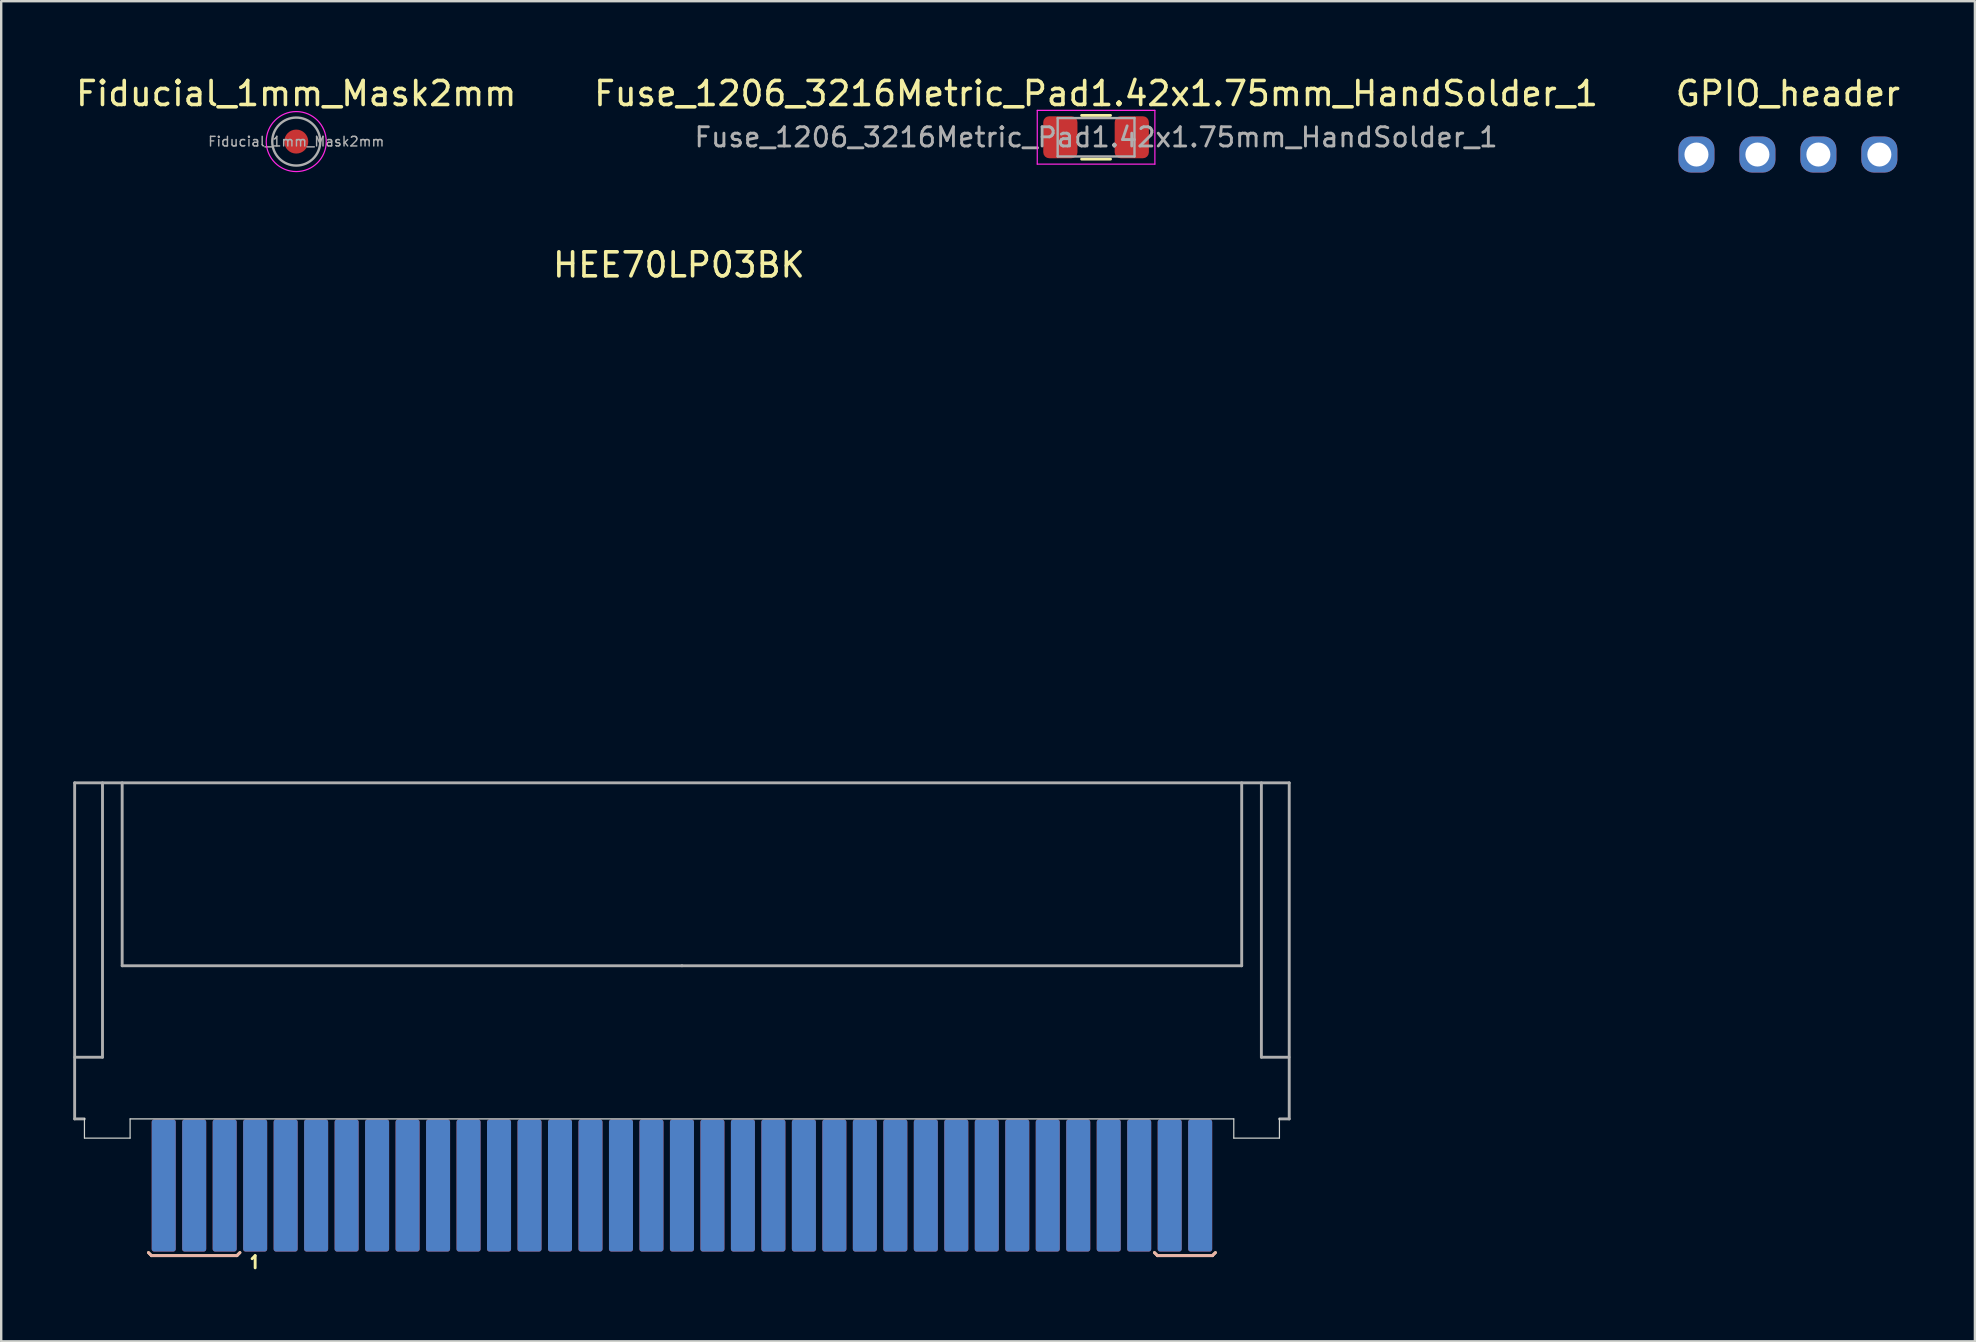
<source format=kicad_pcb>
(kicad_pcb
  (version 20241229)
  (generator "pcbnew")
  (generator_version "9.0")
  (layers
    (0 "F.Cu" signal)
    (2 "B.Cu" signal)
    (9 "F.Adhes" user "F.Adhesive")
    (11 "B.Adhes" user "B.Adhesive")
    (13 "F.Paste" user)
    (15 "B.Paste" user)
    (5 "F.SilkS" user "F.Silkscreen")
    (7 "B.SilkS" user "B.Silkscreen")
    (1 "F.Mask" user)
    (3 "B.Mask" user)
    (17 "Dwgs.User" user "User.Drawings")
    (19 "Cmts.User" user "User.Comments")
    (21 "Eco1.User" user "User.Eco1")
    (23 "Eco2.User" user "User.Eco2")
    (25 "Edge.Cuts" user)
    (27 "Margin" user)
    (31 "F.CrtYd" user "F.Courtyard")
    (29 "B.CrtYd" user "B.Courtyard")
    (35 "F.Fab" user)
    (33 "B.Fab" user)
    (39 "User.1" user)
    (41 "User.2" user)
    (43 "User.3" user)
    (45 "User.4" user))
  (footprint "HEE70LP03BK"
    (layer "F.Cu")
    (at 25.36 47.864)
    (property "Reference" "HEE70LP03BK" (at -0.127 -39.878 0) (unlocked yes) (layer "F.SilkS") (effects (font (size 1 1) (thickness 0.15))))
    (attr smd)
    (fp_line (start -22.098 1.397) (end -22.225 1.27) (stroke (width 0.12) (type default)) (layer "F.SilkS"))
    (fp_line (start -22.098 1.397) (end -18.542 1.397) (stroke (width 0.12) (type default)) (layer "F.SilkS"))
    (fp_line (start -18.542 1.397) (end -18.415 1.27) (stroke (width 0.12) (type default)) (layer "F.SilkS"))
    (fp_line (start -17.78 1.397) (end -17.907 1.524) (stroke (width 0.12) (type default)) (layer "F.SilkS"))
    (fp_line (start -17.78 1.905) (end -17.78 1.397) (stroke (width 0.12) (type default)) (layer "F.SilkS"))
    (fp_line (start 19.812 1.397) (end 19.685 1.27) (stroke (width 0.12) (type default)) (layer "F.SilkS"))
    (fp_line (start 19.812 1.397) (end 22.098 1.397) (stroke (width 0.12) (type default)) (layer "F.SilkS"))
    (fp_line (start 22.098 1.397) (end 22.225 1.27) (stroke (width 0.12) (type default)) (layer "F.SilkS"))
    (fp_line (start -22.098 1.397) (end -22.225 1.27) (stroke (width 0.12) (type default)) (layer "B.SilkS"))
    (fp_line (start -22.098 1.397) (end -18.542 1.397) (stroke (width 0.12) (type default)) (layer "B.SilkS"))
    (fp_line (start -18.542 1.397) (end -18.415 1.27) (stroke (width 0.12) (type default)) (layer "B.SilkS"))
    (fp_line (start 19.812 1.397) (end 19.685 1.27) (stroke (width 0.12) (type default)) (layer "B.SilkS"))
    (fp_line (start 19.812 1.397) (end 22.098 1.397) (stroke (width 0.12) (type default)) (layer "B.SilkS"))
    (fp_line (start 22.098 1.397) (end 22.225 1.27) (stroke (width 0.12) (type default)) (layer "B.SilkS"))
    (fp_line (start -24.892 -4.318) (end -24.892 -3.5) (stroke (width 0.05) (type default)) (layer "Edge.Cuts"))
    (fp_line (start -24.89 -3.5) (end -22.99 -3.5) (stroke (width 0.05) (type default)) (layer "Edge.Cuts"))
    (fp_line (start -22.99 -4.3) (end 22.99 -4.3) (stroke (width 0.05) (type default)) (layer "Edge.Cuts"))
    (fp_line (start -22.99 -3.5) (end -22.99 -4.3) (stroke (width 0.05) (type default)) (layer "Edge.Cuts"))
    (fp_line (start 22.99 -3.5) (end 22.99 -4.3) (stroke (width 0.05) (type default)) (layer "Edge.Cuts"))
    (fp_line (start 24.89 -3.5) (end 22.99 -3.5) (stroke (width 0.05) (type default)) (layer "Edge.Cuts"))
    (fp_line (start 24.892 -4.318) (end 24.892 -3.5) (stroke (width 0.05) (type default)) (layer "Edge.Cuts"))
    (fp_line (start -22.99 -4.3) (end 22.99 -4.3) (stroke (width 0.12) (type default)) (layer "Margin"))
    (fp_line (start -25.3 -18.3) (end -25.3 -4.3) (stroke (width 0.12) (type default)) (layer "F.Fab"))
    (fp_line (start -25.3 -4.3) (end -24.9 -4.3) (stroke (width 0.12) (type default)) (layer "F.Fab"))
    (fp_line (start -24.14 -18.3) (end -24.14 -6.87) (stroke (width 0.12) (type default)) (layer "F.Fab"))
    (fp_line (start -24.14 -6.87) (end -25.29 -6.87) (stroke (width 0.12) (type default)) (layer "F.Fab"))
    (fp_line (start -23.32 -18.3) (end -23.32 -10.68) (stroke (width 0.12) (type default)) (layer "F.Fab"))
    (fp_line (start -23.32 -10.68) (end 0 -10.68) (stroke (width 0.12) (type default)) (layer "F.Fab"))
    (fp_line (start 0 -10.68) (end 23.32 -10.68) (stroke (width 0.12) (type default)) (layer "F.Fab"))
    (fp_line (start 23.32 -10.68) (end 23.32 -18.3) (stroke (width 0.12) (type default)) (layer "F.Fab"))
    (fp_line (start 24.14 -18.3) (end 24.14 -6.87) (stroke (width 0.12) (type default)) (layer "F.Fab"))
    (fp_line (start 24.14 -6.87) (end 25.29 -6.87) (stroke (width 0.12) (type default)) (layer "F.Fab"))
    (fp_line (start 24.9 -4.3) (end 25.3 -4.3) (stroke (width 0.12) (type default)) (layer "F.Fab"))
    (fp_line (start 25.3 -18.3) (end -25.3 -18.3) (stroke (width 0.12) (type default)) (layer "F.Fab"))
    (fp_line (start 25.3 -4.3) (end 25.3 -18.3) (stroke (width 0.12) (type default)) (layer "F.Fab"))
    (pad "1" smd roundrect (at -17.78 -1.524) (size 1 5.5) (layers "F.Cu" "F.Mask" "F.Paste") (roundrect_rratio 0.1))
    (pad "2" smd roundrect (at -16.51 -1.524) (size 1 5.5) (layers "F.Cu" "F.Mask" "F.Paste") (roundrect_rratio 0.1))
    (pad "3" smd roundrect (at -15.24 -1.524) (size 1 5.5) (layers "F.Cu" "F.Mask" "F.Paste") (roundrect_rratio 0.1))
    (pad "4" smd roundrect (at -13.97 -1.524) (size 1 5.5) (layers "F.Cu" "F.Mask" "F.Paste") (roundrect_rratio 0.1))
    (pad "5" smd roundrect (at -12.7 -1.524) (size 1 5.5) (layers "F.Cu" "F.Mask" "F.Paste") (roundrect_rratio 0.1))
    (pad "6" smd roundrect (at -11.43 -1.524) (size 1 5.5) (layers "F.Cu" "F.Mask" "F.Paste") (roundrect_rratio 0.1))
    (pad "7" smd roundrect (at -10.16 -1.524) (size 1 5.5) (layers "F.Cu" "F.Mask" "F.Paste") (roundrect_rratio 0.1))
    (pad "8" smd roundrect (at -8.89 -1.524) (size 1 5.5) (layers "F.Cu" "F.Mask" "F.Paste") (roundrect_rratio 0.1))
    (pad "9" smd roundrect (at -7.62 -1.524) (size 1 5.5) (layers "F.Cu" "F.Mask" "F.Paste") (roundrect_rratio 0.1))
    (pad "10" smd roundrect (at -6.35 -1.524) (size 1 5.5) (layers "F.Cu" "F.Mask" "F.Paste") (roundrect_rratio 0.1))
    (pad "11" smd roundrect (at -5.08 -1.524) (size 1 5.5) (layers "F.Cu" "F.Mask" "F.Paste") (roundrect_rratio 0.1))
    (pad "12" smd roundrect (at -3.81 -1.524) (size 1 5.5) (layers "F.Cu" "F.Mask" "F.Paste") (roundrect_rratio 0.1))
    (pad "13" smd roundrect (at -2.54 -1.524) (size 1 5.5) (layers "F.Cu" "F.Mask" "F.Paste") (roundrect_rratio 0.1))
    (pad "14" smd roundrect (at -1.27 -1.524) (size 1 5.5) (layers "F.Cu" "F.Mask" "F.Paste") (roundrect_rratio 0.1))
    (pad "15" smd roundrect (at 0 -1.524) (size 1 5.5) (layers "F.Cu" "F.Mask" "F.Paste") (roundrect_rratio 0.1))
    (pad "16" smd roundrect (at 1.27 -1.524) (size 1 5.5) (layers "F.Cu" "F.Mask" "F.Paste") (roundrect_rratio 0.1))
    (pad "17" smd roundrect (at 2.54 -1.524) (size 1 5.5) (layers "F.Cu" "F.Mask" "F.Paste") (roundrect_rratio 0.1))
    (pad "18" smd roundrect (at 3.81 -1.524) (size 1 5.5) (layers "F.Cu" "F.Mask" "F.Paste") (roundrect_rratio 0.1))
    (pad "19" smd roundrect (at 5.08 -1.524) (size 1 5.5) (layers "F.Cu" "F.Mask" "F.Paste") (roundrect_rratio 0.1))
    (pad "20" smd roundrect (at 6.35 -1.524) (size 1 5.5) (layers "F.Cu" "F.Mask" "F.Paste") (roundrect_rratio 0.1))
    (pad "21" smd roundrect (at 7.62 -1.524) (size 1 5.5) (layers "F.Cu" "F.Mask" "F.Paste") (roundrect_rratio 0.1))
    (pad "22" smd roundrect (at 8.89 -1.524) (size 1 5.5) (layers "F.Cu" "F.Mask" "F.Paste") (roundrect_rratio 0.1))
    (pad "23" smd roundrect (at 10.16 -1.524) (size 1 5.5) (layers "F.Cu" "F.Mask" "F.Paste") (roundrect_rratio 0.1))
    (pad "24" smd roundrect (at 11.43 -1.524) (size 1 5.5) (layers "F.Cu" "F.Mask" "F.Paste") (roundrect_rratio 0.1))
    (pad "25" smd roundrect (at 12.7 -1.524) (size 1 5.5) (layers "F.Cu" "F.Mask" "F.Paste") (roundrect_rratio 0.1))
    (pad "26" smd roundrect (at 13.97 -1.524) (size 1 5.5) (layers "F.Cu" "F.Mask" "F.Paste") (roundrect_rratio 0.1))
    (pad "27" smd roundrect (at 15.24 -1.524) (size 1 5.5) (layers "F.Cu" "F.Mask" "F.Paste") (roundrect_rratio 0.1))
    (pad "28" smd roundrect (at 16.51 -1.524) (size 1 5.5) (layers "F.Cu" "F.Mask" "F.Paste") (roundrect_rratio 0.1))
    (pad "29" smd roundrect (at 17.78 -1.524) (size 1 5.5) (layers "F.Cu" "F.Mask" "F.Paste") (roundrect_rratio 0.1))
    (pad "30" smd roundrect (at 19.05 -1.524) (size 1 5.5) (layers "F.Cu" "F.Mask" "F.Paste") (roundrect_rratio 0.1))
    (pad "31" smd roundrect (at -17.78 -1.524) (size 1 5.5) (layers "B.Cu" "B.Mask" "B.Paste") (roundrect_rratio 0.1))
    (pad "32" smd roundrect (at -16.51 -1.524) (size 1 5.5) (layers "B.Cu" "B.Mask" "B.Paste") (roundrect_rratio 0.1))
    (pad "33" smd roundrect (at -15.24 -1.524) (size 1 5.5) (layers "B.Cu" "B.Mask" "B.Paste") (roundrect_rratio 0.1))
    (pad "34" smd roundrect (at -13.97 -1.524) (size 1 5.5) (layers "B.Cu" "B.Mask" "B.Paste") (roundrect_rratio 0.1))
    (pad "35" smd roundrect (at -12.7 -1.524) (size 1 5.5) (layers "B.Cu" "B.Mask" "B.Paste") (roundrect_rratio 0.1))
    (pad "36" smd roundrect (at -11.43 -1.524) (size 1 5.5) (layers "B.Cu" "B.Mask" "B.Paste") (roundrect_rratio 0.1))
    (pad "37" smd roundrect (at -10.16 -1.524) (size 1 5.5) (layers "B.Cu" "B.Mask" "B.Paste") (roundrect_rratio 0.1))
    (pad "38" smd roundrect (at -8.89 -1.524) (size 1 5.5) (layers "B.Cu" "B.Mask" "B.Paste") (roundrect_rratio 0.1))
    (pad "39" smd roundrect (at -7.62 -1.524) (size 1 5.5) (layers "B.Cu" "B.Mask" "B.Paste") (roundrect_rratio 0.1))
    (pad "40" smd roundrect (at -6.35 -1.524) (size 1 5.5) (layers "B.Cu" "B.Mask" "B.Paste") (roundrect_rratio 0.1))
    (pad "41" smd roundrect (at -5.08 -1.524) (size 1 5.5) (layers "B.Cu" "B.Mask" "B.Paste") (roundrect_rratio 0.1))
    (pad "42" smd roundrect (at -3.81 -1.524) (size 1 5.5) (layers "B.Cu" "B.Mask" "B.Paste") (roundrect_rratio 0.1))
    (pad "43" smd roundrect (at -2.54 -1.524) (size 1 5.5) (layers "B.Cu" "B.Mask" "B.Paste") (roundrect_rratio 0.1))
    (pad "44" smd roundrect (at -1.27 -1.524) (size 1 5.5) (layers "B.Cu" "B.Mask" "B.Paste") (roundrect_rratio 0.1))
    (pad "45" smd roundrect (at 0 -1.524) (size 1 5.5) (layers "B.Cu" "B.Mask" "B.Paste") (roundrect_rratio 0.1))
    (pad "46" smd roundrect (at 1.27 -1.524) (size 1 5.5) (layers "B.Cu" "B.Mask" "B.Paste") (roundrect_rratio 0.1))
    (pad "47" smd roundrect (at 2.54 -1.524) (size 1 5.5) (layers "B.Cu" "B.Mask" "B.Paste") (roundrect_rratio 0.1))
    (pad "48" smd roundrect (at 3.81 -1.524) (size 1 5.5) (layers "B.Cu" "B.Mask" "B.Paste") (roundrect_rratio 0.1))
    (pad "49" smd roundrect (at 5.08 -1.524) (size 1 5.5) (layers "B.Cu" "B.Mask" "B.Paste") (roundrect_rratio 0.1))
    (pad "50" smd roundrect (at 6.35 -1.524) (size 1 5.5) (layers "B.Cu" "B.Mask" "B.Paste") (roundrect_rratio 0.1))
    (pad "51" smd roundrect (at 7.62 -1.524) (size 1 5.5) (layers "B.Cu" "B.Mask" "B.Paste") (roundrect_rratio 0.1))
    (pad "52" smd roundrect (at 8.89 -1.524) (size 1 5.5) (layers "B.Cu" "B.Mask" "B.Paste") (roundrect_rratio 0.1))
    (pad "53" smd roundrect (at 10.16 -1.524) (size 1 5.5) (layers "B.Cu" "B.Mask" "B.Paste") (roundrect_rratio 0.1))
    (pad "54" smd roundrect (at 11.43 -1.524) (size 1 5.5) (layers "B.Cu" "B.Mask" "B.Paste") (roundrect_rratio 0.1))
    (pad "55" smd roundrect (at 12.7 -1.524) (size 1 5.5) (layers "B.Cu" "B.Mask" "B.Paste") (roundrect_rratio 0.1))
    (pad "56" smd roundrect (at 13.97 -1.524) (size 1 5.5) (layers "B.Cu" "B.Mask" "B.Paste") (roundrect_rratio 0.1))
    (pad "57" smd roundrect (at 15.24 -1.524) (size 1 5.5) (layers "B.Cu" "B.Mask" "B.Paste") (roundrect_rratio 0.1))
    (pad "58" smd roundrect (at 16.51 -1.524) (size 1 5.5) (layers "B.Cu" "B.Mask" "B.Paste") (roundrect_rratio 0.1))
    (pad "59" smd roundrect (at 17.78 -1.524) (size 1 5.5) (layers "B.Cu" "B.Mask" "B.Paste") (roundrect_rratio 0.1))
    (pad "60" smd roundrect (at 19.05 -1.524) (size 1 5.5) (layers "B.Cu" "B.Mask" "B.Paste") (roundrect_rratio 0.1))
    (pad "61" smd roundrect (at 20.32 -1.524) (size 1 5.5) (layers "F.Cu" "F.Mask" "F.Paste") (roundrect_rratio 0.1))
    (pad "62" smd roundrect (at 21.59 -1.524) (size 1 5.5) (layers "F.Cu" "F.Mask" "F.Paste") (roundrect_rratio 0.1))
    (pad "63" smd roundrect (at 20.32 -1.524) (size 1 5.5) (layers "B.Cu" "B.Mask" "B.Paste") (roundrect_rratio 0.1))
    (pad "64" smd roundrect (at 21.59 -1.524) (size 1 5.5) (layers "B.Cu" "B.Mask" "B.Paste") (roundrect_rratio 0.1))
    (pad "65" smd roundrect (at -21.59 -1.524) (size 1 5.5) (layers "B.Cu" "B.Mask" "B.Paste") (roundrect_rratio 0.1))
    (pad "66" smd roundrect (at -20.32 -1.524) (size 1 5.5) (layers "B.Cu" "B.Mask" "B.Paste") (roundrect_rratio 0.1))
    (pad "67" smd roundrect (at -19.05 -1.524) (size 1 5.5) (layers "B.Cu" "B.Mask" "B.Paste") (roundrect_rratio 0.1))
    (pad "68" smd roundrect (at -21.59 -1.524) (size 1 5.5) (layers "F.Cu" "F.Mask" "F.Paste") (roundrect_rratio 0.1))
    (pad "69" smd roundrect (at -20.32 -1.524) (size 1 5.5) (layers "F.Cu" "F.Mask" "F.Paste") (roundrect_rratio 0.1))
    (pad "70" smd roundrect (at -19.05 -1.524) (size 1 5.5) (layers "F.Cu" "F.Mask" "F.Paste") (roundrect_rratio 0.1)))
  (footprint "GPIO_header"
    (layer "F.Cu")
    (at 71.435 3.388)
    (property "Reference" "GPIO_header" (at 0 -2.54 0) (unlocked yes) (layer "F.SilkS") (effects (font (size 1 1) (thickness 0.15))))
    (attr through_hole)
    (pad "1" thru_hole roundrect (at -3.81 0) (size 1.5 1.5) (drill 1) (layers "*.Cu" "*.Mask") (roundrect_rratio 0.35))
    (pad "2" thru_hole roundrect (at -1.27 0) (size 1.5 1.5) (drill 1) (layers "*.Cu" "*.Mask") (roundrect_rratio 0.35))
    (pad "3" thru_hole roundrect (at 1.27 0) (size 1.5 1.5) (drill 1) (layers "*.Cu" "*.Mask") (roundrect_rratio 0.35))
    (pad "4" thru_hole roundrect (at 3.81 0) (size 1.5 1.5) (drill 1) (layers "*.Cu" "*.Mask") (roundrect_rratio 0.35)))
  (footprint "Fuse_1206_3216Metric_Pad1.42x1.75mm_HandSolder_1"
    (layer "F.Cu")
    (at 42.613 2.668)
    (property "Reference" "Fuse_1206_3216Metric_Pad1.42x1.75mm_HandSolder_1" (at 0 -1.82 0) (layer "F.SilkS") (effects (font (size 1 1) (thickness 0.15))))
    (attr smd)
    (fp_line (start -0.602 -0.91) (end 0.602 -0.91) (stroke (width 0.12) (type solid)) (layer "F.SilkS"))
    (fp_line (start -0.602 0.91) (end 0.602 0.91) (stroke (width 0.12) (type solid)) (layer "F.SilkS"))
    (fp_line (start -2.45 -1.12) (end 2.45 -1.12) (stroke (width 0.05) (type solid)) (layer "F.CrtYd"))
    (fp_line (start -2.45 1.12) (end -2.45 -1.12) (stroke (width 0.05) (type solid)) (layer "F.CrtYd"))
    (fp_line (start 2.45 -1.12) (end 2.45 1.12) (stroke (width 0.05) (type solid)) (layer "F.CrtYd"))
    (fp_line (start 2.45 1.12) (end -2.45 1.12) (stroke (width 0.05) (type solid)) (layer "F.CrtYd"))
    (fp_line (start -1.6 -0.8) (end 1.6 -0.8) (stroke (width 0.1) (type solid)) (layer "F.Fab"))
    (fp_line (start -1.6 0.8) (end -1.6 -0.8) (stroke (width 0.1) (type solid)) (layer "F.Fab"))
    (fp_line (start 1.6 -0.8) (end 1.6 0.8) (stroke (width 0.1) (type solid)) (layer "F.Fab"))
    (fp_line (start 1.6 0.8) (end -1.6 0.8) (stroke (width 0.1) (type solid)) (layer "F.Fab"))
    (fp_text user "${REFERENCE}" (at 0 0 0) (layer "F.Fab") (effects (font (size 0.8 0.8) (thickness 0.12))))
    (pad "1" smd roundrect (at -1.488 0 180) (size 1.425 1.75) (layers "F.Cu" "F.Mask" "F.Paste") (roundrect_rratio 0.175))
    (pad "2" smd roundrect (at 1.488 0 180) (size 1.425 1.75) (layers "F.Cu" "F.Mask" "F.Paste") (roundrect_rratio 0.175)))
  (footprint "Fiducial_1mm_Mask2mm"
    (layer "F.Cu")
    (at 9.292 2.848)
    (property "Reference" "Fiducial_1mm_Mask2mm" (at 0 -2 0) (layer "F.SilkS") (effects (font (size 1 1) (thickness 0.15))))
    (attr smd)
    (fp_circle (center 0 0) (end 1.25 0) (stroke (width 0.05) (type solid)) (fill no) (layer "F.CrtYd"))
    (fp_circle (center 0 0) (end 1 0) (stroke (width 0.1) (type solid)) (fill no) (layer "F.Fab"))
    (fp_text user "${REFERENCE}" (at 0 0 0) (layer "F.Fab") (effects (font (size 0.4 0.4) (thickness 0.06))))
    (pad "" smd circle (at 0 0 180) (size 1 1) (layers "F.Cu" "F.Mask")))
  (gr_rect
    (start -3 -3)
    (end 79.226 52.83)
    (stroke (width 0.1) (type default))
    (fill no)
    (layer "Edge.Cuts")))
</source>
